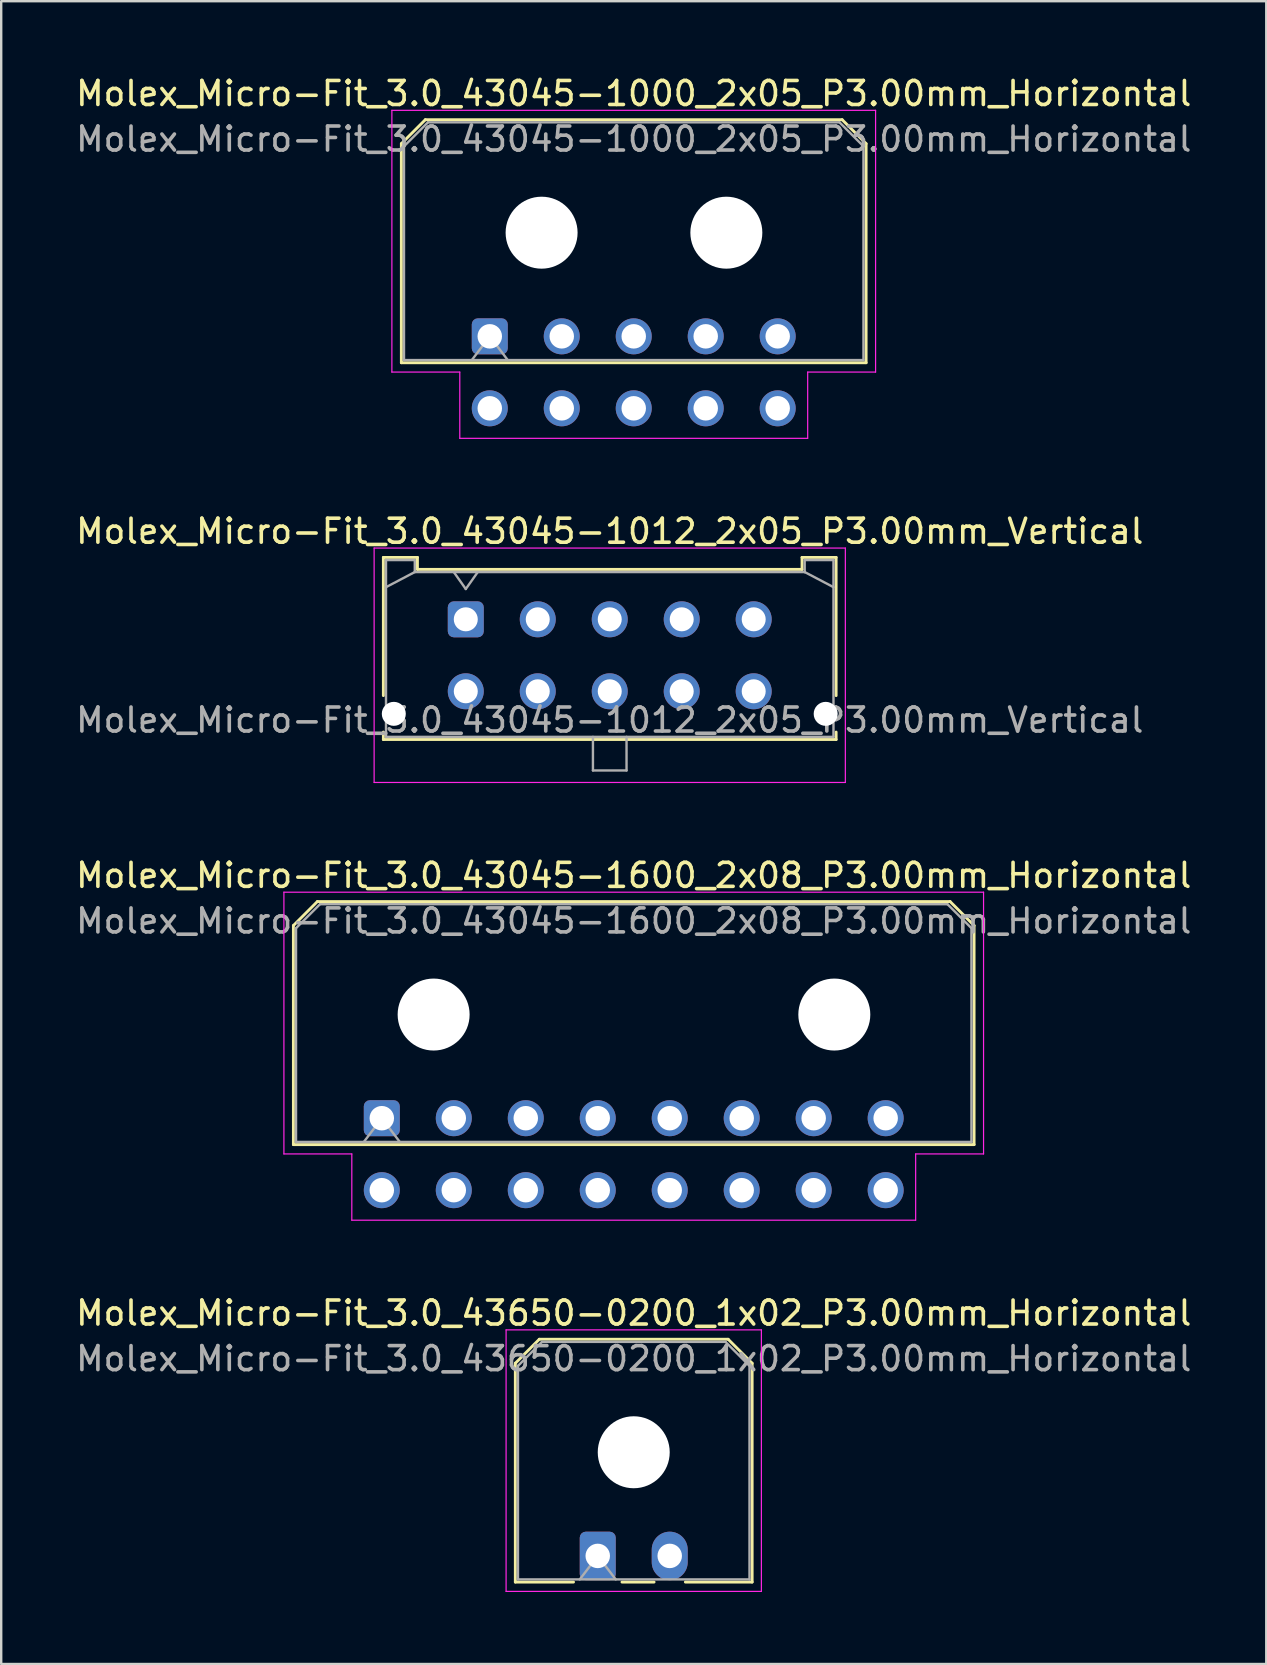
<source format=kicad_pcb>
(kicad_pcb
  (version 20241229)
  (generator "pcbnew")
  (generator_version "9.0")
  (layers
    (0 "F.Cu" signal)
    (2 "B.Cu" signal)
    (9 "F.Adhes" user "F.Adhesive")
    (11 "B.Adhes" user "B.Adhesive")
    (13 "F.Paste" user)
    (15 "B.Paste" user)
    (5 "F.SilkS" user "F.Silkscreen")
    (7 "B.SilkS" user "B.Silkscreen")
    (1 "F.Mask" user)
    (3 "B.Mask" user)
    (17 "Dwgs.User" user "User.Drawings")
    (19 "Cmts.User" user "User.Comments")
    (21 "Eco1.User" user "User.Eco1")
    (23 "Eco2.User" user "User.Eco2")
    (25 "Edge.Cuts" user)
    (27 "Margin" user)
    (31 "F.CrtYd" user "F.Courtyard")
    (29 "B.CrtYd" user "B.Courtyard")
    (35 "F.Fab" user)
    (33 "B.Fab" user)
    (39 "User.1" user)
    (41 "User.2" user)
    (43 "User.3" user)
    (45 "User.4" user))
  (footprint "Molex_Micro-Fit_3.0_43045-1012_2x05_P3.00mm_Vertical"
    (layer "F.Cu")
    (at 16.363 22.762)
    (property "Reference" "Molex_Micro-Fit_3.0_43045-1012_2x05_P3.00mm_Vertical" (at 6 -3.67 0) (layer "F.SilkS") (effects (font (size 1 1) (thickness 0.15))))
    (attr through_hole)
    (fp_line (start -3.435 -2.58) (end -2.015 -2.58) (stroke (width 0.12) (type solid)) (layer "F.SilkS"))
    (fp_line (start -3.435 3.18) (end -3.435 -2.58) (stroke (width 0.12) (type solid)) (layer "F.SilkS"))
    (fp_line (start -3.435 4.7) (end -3.435 5.01) (stroke (width 0.12) (type solid)) (layer "F.SilkS"))
    (fp_line (start -3.435 5.01) (end 15.435 5.01) (stroke (width 0.12) (type solid)) (layer "F.SilkS"))
    (fp_line (start -2.015 -2.58) (end -2.015 -2.08) (stroke (width 0.12) (type solid)) (layer "F.SilkS"))
    (fp_line (start -2.015 -2.08) (end 14.015 -2.08) (stroke (width 0.12) (type solid)) (layer "F.SilkS"))
    (fp_line (start 14.015 -2.58) (end 15.435 -2.58) (stroke (width 0.12) (type solid)) (layer "F.SilkS"))
    (fp_line (start 14.015 -2.08) (end 14.015 -2.58) (stroke (width 0.12) (type solid)) (layer "F.SilkS"))
    (fp_line (start 15.435 -2.58) (end 15.435 3.18) (stroke (width 0.12) (type solid)) (layer "F.SilkS"))
    (fp_line (start 15.435 5.01) (end 15.435 4.7) (stroke (width 0.12) (type solid)) (layer "F.SilkS"))
    (fp_line (start -3.82 -2.97) (end 15.82 -2.97) (stroke (width 0.05) (type solid)) (layer "F.CrtYd"))
    (fp_line (start -3.82 6.8) (end -3.82 -2.97) (stroke (width 0.05) (type solid)) (layer "F.CrtYd"))
    (fp_line (start 15.82 -2.97) (end 15.82 6.8) (stroke (width 0.05) (type solid)) (layer "F.CrtYd"))
    (fp_line (start 15.82 6.8) (end -3.82 6.8) (stroke (width 0.05) (type solid)) (layer "F.CrtYd"))
    (fp_line (start -3.325 -2.47) (end -3.325 4.9) (stroke (width 0.1) (type solid)) (layer "F.Fab"))
    (fp_line (start -3.325 -1.34) (end -2.125 -1.97) (stroke (width 0.1) (type solid)) (layer "F.Fab"))
    (fp_line (start -3.325 4.9) (end 15.325 4.9) (stroke (width 0.1) (type solid)) (layer "F.Fab"))
    (fp_line (start -2.125 -2.47) (end -3.325 -2.47) (stroke (width 0.1) (type solid)) (layer "F.Fab"))
    (fp_line (start -2.125 -1.97) (end -2.125 -2.47) (stroke (width 0.1) (type solid)) (layer "F.Fab"))
    (fp_line (start -0.5 -1.97) (end 0 -1.263) (stroke (width 0.1) (type solid)) (layer "F.Fab"))
    (fp_line (start 0 -1.263) (end 0.5 -1.97) (stroke (width 0.1) (type solid)) (layer "F.Fab"))
    (fp_line (start 5.3 4.9) (end 5.3 6.3) (stroke (width 0.1) (type solid)) (layer "F.Fab"))
    (fp_line (start 5.3 6.3) (end 6.7 6.3) (stroke (width 0.1) (type solid)) (layer "F.Fab"))
    (fp_line (start 6.7 6.3) (end 6.7 4.9) (stroke (width 0.1) (type solid)) (layer "F.Fab"))
    (fp_line (start 14.125 -2.47) (end 14.125 -1.97) (stroke (width 0.1) (type solid)) (layer "F.Fab"))
    (fp_line (start 14.125 -1.97) (end -2.125 -1.97) (stroke (width 0.1) (type solid)) (layer "F.Fab"))
    (fp_line (start 15.325 -2.47) (end 14.125 -2.47) (stroke (width 0.1) (type solid)) (layer "F.Fab"))
    (fp_line (start 15.325 -1.34) (end 14.125 -1.97) (stroke (width 0.1) (type solid)) (layer "F.Fab"))
    (fp_line (start 15.325 4.9) (end 15.325 -2.47) (stroke (width 0.1) (type solid)) (layer "F.Fab"))
    (fp_text user "${REFERENCE}" (at 6 4.2 0) (layer "F.Fab") (effects (font (size 1 1) (thickness 0.15))))
    (pad "" np_thru_hole circle (at -3 3.94) (size 1 1) (drill 1) (layers "*.Cu" "*.Mask"))
    (pad "" np_thru_hole circle (at 15 3.94) (size 1 1) (drill 1) (layers "*.Cu" "*.Mask"))
    (pad "1" thru_hole roundrect (at 0 0) (size 1.5 1.5) (drill 1) (layers "*.Cu" "*.Mask") (roundrect_rratio 0.167))
    (pad "2" thru_hole circle (at 3 0) (size 1.5 1.5) (drill 1) (layers "*.Cu" "*.Mask"))
    (pad "3" thru_hole circle (at 6 0) (size 1.5 1.5) (drill 1) (layers "*.Cu" "*.Mask"))
    (pad "4" thru_hole circle (at 9 0) (size 1.5 1.5) (drill 1) (layers "*.Cu" "*.Mask"))
    (pad "5" thru_hole circle (at 12 0) (size 1.5 1.5) (drill 1) (layers "*.Cu" "*.Mask"))
    (pad "6" thru_hole circle (at 0 3) (size 1.5 1.5) (drill 1) (layers "*.Cu" "*.Mask"))
    (pad "7" thru_hole circle (at 3 3) (size 1.5 1.5) (drill 1) (layers "*.Cu" "*.Mask"))
    (pad "8" thru_hole circle (at 6 3) (size 1.5 1.5) (drill 1) (layers "*.Cu" "*.Mask"))
    (pad "9" thru_hole circle (at 9 3) (size 1.5 1.5) (drill 1) (layers "*.Cu" "*.Mask"))
    (pad "10" thru_hole circle (at 12 3) (size 1.5 1.5) (drill 1) (layers "*.Cu" "*.Mask")))
  (footprint "Molex_Micro-Fit_3.0_43650-0200_1x02_P3.00mm_Horizontal"
    (layer "F.Cu")
    (at 21.863 61.798)
    (property "Reference" "Molex_Micro-Fit_3.0_43650-0200_1x02_P3.00mm_Horizontal" (at 1.5 -10.12 0) (layer "F.SilkS") (effects (font (size 1 1) (thickness 0.15))))
    (attr through_hole)
    (fp_line (start -3.435 -8.03) (end -2.435 -9.03) (stroke (width 0.12) (type solid)) (layer "F.SilkS"))
    (fp_line (start -3.435 1.09) (end -3.435 -8.03) (stroke (width 0.12) (type solid)) (layer "F.SilkS"))
    (fp_line (start -3.435 1.09) (end -1.01 1.09) (stroke (width 0.12) (type solid)) (layer "F.SilkS"))
    (fp_line (start -2.435 -9.03) (end 5.435 -9.03) (stroke (width 0.12) (type solid)) (layer "F.SilkS"))
    (fp_line (start 1.01 1.09) (end 2.348 1.09) (stroke (width 0.12) (type solid)) (layer "F.SilkS"))
    (fp_line (start 5.435 -9.03) (end 6.435 -8.03) (stroke (width 0.12) (type solid)) (layer "F.SilkS"))
    (fp_line (start 6.435 -8.03) (end 6.435 1.09) (stroke (width 0.12) (type solid)) (layer "F.SilkS"))
    (fp_line (start 6.435 1.09) (end 3.652 1.09) (stroke (width 0.12) (type solid)) (layer "F.SilkS"))
    (fp_line (start -3.82 -9.42) (end 6.82 -9.42) (stroke (width 0.05) (type solid)) (layer "F.CrtYd"))
    (fp_line (start -3.82 1.48) (end -3.82 -9.42) (stroke (width 0.05) (type solid)) (layer "F.CrtYd"))
    (fp_line (start 6.82 -9.42) (end 6.82 1.48) (stroke (width 0.05) (type solid)) (layer "F.CrtYd"))
    (fp_line (start 6.82 1.48) (end -3.82 1.48) (stroke (width 0.05) (type solid)) (layer "F.CrtYd"))
    (fp_line (start -3.325 -7.92) (end -2.325 -8.92) (stroke (width 0.1) (type solid)) (layer "F.Fab"))
    (fp_line (start -3.325 0.98) (end -3.325 -7.92) (stroke (width 0.1) (type solid)) (layer "F.Fab"))
    (fp_line (start -2.325 -8.92) (end 5.325 -8.92) (stroke (width 0.1) (type solid)) (layer "F.Fab"))
    (fp_line (start -0.75 0.98) (end 0 0) (stroke (width 0.1) (type solid)) (layer "F.Fab"))
    (fp_line (start 0 0) (end 0.75 0.98) (stroke (width 0.1) (type solid)) (layer "F.Fab"))
    (fp_line (start 5.325 -8.92) (end 6.325 -7.92) (stroke (width 0.1) (type solid)) (layer "F.Fab"))
    (fp_line (start 6.325 -7.92) (end 6.325 0.98) (stroke (width 0.1) (type solid)) (layer "F.Fab"))
    (fp_line (start 6.325 0.98) (end -3.325 0.98) (stroke (width 0.1) (type solid)) (layer "F.Fab"))
    (fp_text user "${REFERENCE}" (at 1.5 -8.22 0) (layer "F.Fab") (effects (font (size 1 1) (thickness 0.15))))
    (pad "" np_thru_hole circle (at 1.5 -4.32) (size 3 3) (drill 3) (layers "*.Cu" "*.Mask"))
    (pad "1" thru_hole roundrect (at 0 0) (size 1.5 2.02) (drill 1.02) (layers "*.Cu" "*.Mask") (roundrect_rratio 0.167))
    (pad "2" thru_hole oval (at 3 0) (size 1.5 2.02) (drill 1.02) (layers "*.Cu" "*.Mask")))
  (footprint "Molex_Micro-Fit_3.0_43045-1600_2x08_P3.00mm_Horizontal"
    (layer "F.Cu")
    (at 12.863 43.555)
    (property "Reference" "Molex_Micro-Fit_3.0_43045-1600_2x08_P3.00mm_Horizontal" (at 10.5 -10.12 0) (layer "F.SilkS") (effects (font (size 1 1) (thickness 0.15))))
    (attr through_hole)
    (fp_line (start -3.685 -8.03) (end -2.685 -9.03) (stroke (width 0.12) (type solid)) (layer "F.SilkS"))
    (fp_line (start -3.685 1.1) (end -3.685 -8.03) (stroke (width 0.12) (type solid)) (layer "F.SilkS"))
    (fp_line (start -2.685 -9.03) (end 23.685 -9.03) (stroke (width 0.12) (type solid)) (layer "F.SilkS"))
    (fp_line (start 23.685 -9.03) (end 24.685 -8.03) (stroke (width 0.12) (type solid)) (layer "F.SilkS"))
    (fp_line (start 24.685 -8.03) (end 24.685 1.1) (stroke (width 0.12) (type solid)) (layer "F.SilkS"))
    (fp_line (start 24.685 1.1) (end -3.685 1.1) (stroke (width 0.12) (type solid)) (layer "F.SilkS"))
    (fp_line (start -4.08 -9.42) (end 25.08 -9.42) (stroke (width 0.05) (type solid)) (layer "F.CrtYd"))
    (fp_line (start -4.08 1.49) (end -4.08 -9.42) (stroke (width 0.05) (type solid)) (layer "F.CrtYd"))
    (fp_line (start -1.25 1.49) (end -4.08 1.49) (stroke (width 0.05) (type solid)) (layer "F.CrtYd"))
    (fp_line (start -1.25 4.25) (end -1.25 1.49) (stroke (width 0.05) (type solid)) (layer "F.CrtYd"))
    (fp_line (start 22.25 1.49) (end 22.25 4.25) (stroke (width 0.05) (type solid)) (layer "F.CrtYd"))
    (fp_line (start 22.25 4.25) (end -1.25 4.25) (stroke (width 0.05) (type solid)) (layer "F.CrtYd"))
    (fp_line (start 25.08 -9.42) (end 25.08 1.49) (stroke (width 0.05) (type solid)) (layer "F.CrtYd"))
    (fp_line (start 25.08 1.49) (end 22.25 1.49) (stroke (width 0.05) (type solid)) (layer "F.CrtYd"))
    (fp_line (start -3.575 -7.92) (end -2.575 -8.92) (stroke (width 0.1) (type solid)) (layer "F.Fab"))
    (fp_line (start -3.575 0.99) (end -3.575 -7.92) (stroke (width 0.1) (type solid)) (layer "F.Fab"))
    (fp_line (start -2.575 -8.92) (end 23.575 -8.92) (stroke (width 0.1) (type solid)) (layer "F.Fab"))
    (fp_line (start -0.75 0.99) (end 0 0) (stroke (width 0.1) (type solid)) (layer "F.Fab"))
    (fp_line (start 0 0) (end 0.75 0.99) (stroke (width 0.1) (type solid)) (layer "F.Fab"))
    (fp_line (start 23.575 -8.92) (end 24.575 -7.92) (stroke (width 0.1) (type solid)) (layer "F.Fab"))
    (fp_line (start 24.575 -7.92) (end 24.575 0.99) (stroke (width 0.1) (type solid)) (layer "F.Fab"))
    (fp_line (start 24.575 0.99) (end -3.575 0.99) (stroke (width 0.1) (type solid)) (layer "F.Fab"))
    (fp_text user "${REFERENCE}" (at 10.5 -8.22 0) (layer "F.Fab") (effects (font (size 1 1) (thickness 0.15))))
    (pad "" np_thru_hole circle (at 2.16 -4.32) (size 3 3) (drill 3) (layers "*.Cu" "*.Mask"))
    (pad "" np_thru_hole circle (at 18.86 -4.32) (size 3 3) (drill 3) (layers "*.Cu" "*.Mask"))
    (pad "1" thru_hole roundrect (at 0 0) (size 1.5 1.5) (drill 1.02) (layers "*.Cu" "*.Mask") (roundrect_rratio 0.167))
    (pad "2" thru_hole circle (at 3 0) (size 1.5 1.5) (drill 1.02) (layers "*.Cu" "*.Mask"))
    (pad "3" thru_hole circle (at 6 0) (size 1.5 1.5) (drill 1.02) (layers "*.Cu" "*.Mask"))
    (pad "4" thru_hole circle (at 9 0) (size 1.5 1.5) (drill 1.02) (layers "*.Cu" "*.Mask"))
    (pad "5" thru_hole circle (at 12 0) (size 1.5 1.5) (drill 1.02) (layers "*.Cu" "*.Mask"))
    (pad "6" thru_hole circle (at 15 0) (size 1.5 1.5) (drill 1.02) (layers "*.Cu" "*.Mask"))
    (pad "7" thru_hole circle (at 18 0) (size 1.5 1.5) (drill 1.02) (layers "*.Cu" "*.Mask"))
    (pad "8" thru_hole circle (at 21 0) (size 1.5 1.5) (drill 1.02) (layers "*.Cu" "*.Mask"))
    (pad "9" thru_hole circle (at 0 3) (size 1.5 1.5) (drill 1.02) (layers "*.Cu" "*.Mask"))
    (pad "10" thru_hole circle (at 3 3) (size 1.5 1.5) (drill 1.02) (layers "*.Cu" "*.Mask"))
    (pad "11" thru_hole circle (at 6 3) (size 1.5 1.5) (drill 1.02) (layers "*.Cu" "*.Mask"))
    (pad "12" thru_hole circle (at 9 3) (size 1.5 1.5) (drill 1.02) (layers "*.Cu" "*.Mask"))
    (pad "13" thru_hole circle (at 12 3) (size 1.5 1.5) (drill 1.02) (layers "*.Cu" "*.Mask"))
    (pad "14" thru_hole circle (at 15 3) (size 1.5 1.5) (drill 1.02) (layers "*.Cu" "*.Mask"))
    (pad "15" thru_hole circle (at 18 3) (size 1.5 1.5) (drill 1.02) (layers "*.Cu" "*.Mask"))
    (pad "16" thru_hole circle (at 21 3) (size 1.5 1.5) (drill 1.02) (layers "*.Cu" "*.Mask")))
  (footprint "Molex_Micro-Fit_3.0_43045-1000_2x05_P3.00mm_Horizontal"
    (layer "F.Cu")
    (at 17.363 10.968)
    (property "Reference" "Molex_Micro-Fit_3.0_43045-1000_2x05_P3.00mm_Horizontal" (at 6 -10.12 0) (layer "F.SilkS") (effects (font (size 1 1) (thickness 0.15))))
    (attr through_hole)
    (fp_line (start -3.685 -8.03) (end -2.685 -9.03) (stroke (width 0.12) (type solid)) (layer "F.SilkS"))
    (fp_line (start -3.685 1.1) (end -3.685 -8.03) (stroke (width 0.12) (type solid)) (layer "F.SilkS"))
    (fp_line (start -2.685 -9.03) (end 14.685 -9.03) (stroke (width 0.12) (type solid)) (layer "F.SilkS"))
    (fp_line (start 14.685 -9.03) (end 15.685 -8.03) (stroke (width 0.12) (type solid)) (layer "F.SilkS"))
    (fp_line (start 15.685 -8.03) (end 15.685 1.1) (stroke (width 0.12) (type solid)) (layer "F.SilkS"))
    (fp_line (start 15.685 1.1) (end -3.685 1.1) (stroke (width 0.12) (type solid)) (layer "F.SilkS"))
    (fp_line (start -4.08 -9.42) (end 16.08 -9.42) (stroke (width 0.05) (type solid)) (layer "F.CrtYd"))
    (fp_line (start -4.08 1.49) (end -4.08 -9.42) (stroke (width 0.05) (type solid)) (layer "F.CrtYd"))
    (fp_line (start -1.25 1.49) (end -4.08 1.49) (stroke (width 0.05) (type solid)) (layer "F.CrtYd"))
    (fp_line (start -1.25 4.25) (end -1.25 1.49) (stroke (width 0.05) (type solid)) (layer "F.CrtYd"))
    (fp_line (start 13.25 1.49) (end 13.25 4.25) (stroke (width 0.05) (type solid)) (layer "F.CrtYd"))
    (fp_line (start 13.25 4.25) (end -1.25 4.25) (stroke (width 0.05) (type solid)) (layer "F.CrtYd"))
    (fp_line (start 16.08 -9.42) (end 16.08 1.49) (stroke (width 0.05) (type solid)) (layer "F.CrtYd"))
    (fp_line (start 16.08 1.49) (end 13.25 1.49) (stroke (width 0.05) (type solid)) (layer "F.CrtYd"))
    (fp_line (start -3.575 -7.92) (end -2.575 -8.92) (stroke (width 0.1) (type solid)) (layer "F.Fab"))
    (fp_line (start -3.575 0.99) (end -3.575 -7.92) (stroke (width 0.1) (type solid)) (layer "F.Fab"))
    (fp_line (start -2.575 -8.92) (end 14.575 -8.92) (stroke (width 0.1) (type solid)) (layer "F.Fab"))
    (fp_line (start -0.75 0.99) (end 0 0) (stroke (width 0.1) (type solid)) (layer "F.Fab"))
    (fp_line (start 0 0) (end 0.75 0.99) (stroke (width 0.1) (type solid)) (layer "F.Fab"))
    (fp_line (start 14.575 -8.92) (end 15.575 -7.92) (stroke (width 0.1) (type solid)) (layer "F.Fab"))
    (fp_line (start 15.575 -7.92) (end 15.575 0.99) (stroke (width 0.1) (type solid)) (layer "F.Fab"))
    (fp_line (start 15.575 0.99) (end -3.575 0.99) (stroke (width 0.1) (type solid)) (layer "F.Fab"))
    (fp_text user "${REFERENCE}" (at 6 -8.22 0) (layer "F.Fab") (effects (font (size 1 1) (thickness 0.15))))
    (pad "" np_thru_hole circle (at 2.16 -4.32) (size 3 3) (drill 3) (layers "*.Cu" "*.Mask"))
    (pad "" np_thru_hole circle (at 9.86 -4.32) (size 3 3) (drill 3) (layers "*.Cu" "*.Mask"))
    (pad "1" thru_hole roundrect (at 0 0) (size 1.5 1.5) (drill 1.02) (layers "*.Cu" "*.Mask") (roundrect_rratio 0.167))
    (pad "2" thru_hole circle (at 3 0) (size 1.5 1.5) (drill 1.02) (layers "*.Cu" "*.Mask"))
    (pad "3" thru_hole circle (at 6 0) (size 1.5 1.5) (drill 1.02) (layers "*.Cu" "*.Mask"))
    (pad "4" thru_hole circle (at 9 0) (size 1.5 1.5) (drill 1.02) (layers "*.Cu" "*.Mask"))
    (pad "5" thru_hole circle (at 12 0) (size 1.5 1.5) (drill 1.02) (layers "*.Cu" "*.Mask"))
    (pad "6" thru_hole circle (at 0 3) (size 1.5 1.5) (drill 1.02) (layers "*.Cu" "*.Mask"))
    (pad "7" thru_hole circle (at 3 3) (size 1.5 1.5) (drill 1.02) (layers "*.Cu" "*.Mask"))
    (pad "8" thru_hole circle (at 6 3) (size 1.5 1.5) (drill 1.02) (layers "*.Cu" "*.Mask"))
    (pad "9" thru_hole circle (at 9 3) (size 1.5 1.5) (drill 1.02) (layers "*.Cu" "*.Mask"))
    (pad "10" thru_hole circle (at 12 3) (size 1.5 1.5) (drill 1.02) (layers "*.Cu" "*.Mask")))
  (gr_rect
    (start -3 -3)
    (end 49.726 66.303)
    (stroke (width 0.1) (type default))
    (fill no)
    (layer "Edge.Cuts")))
</source>
